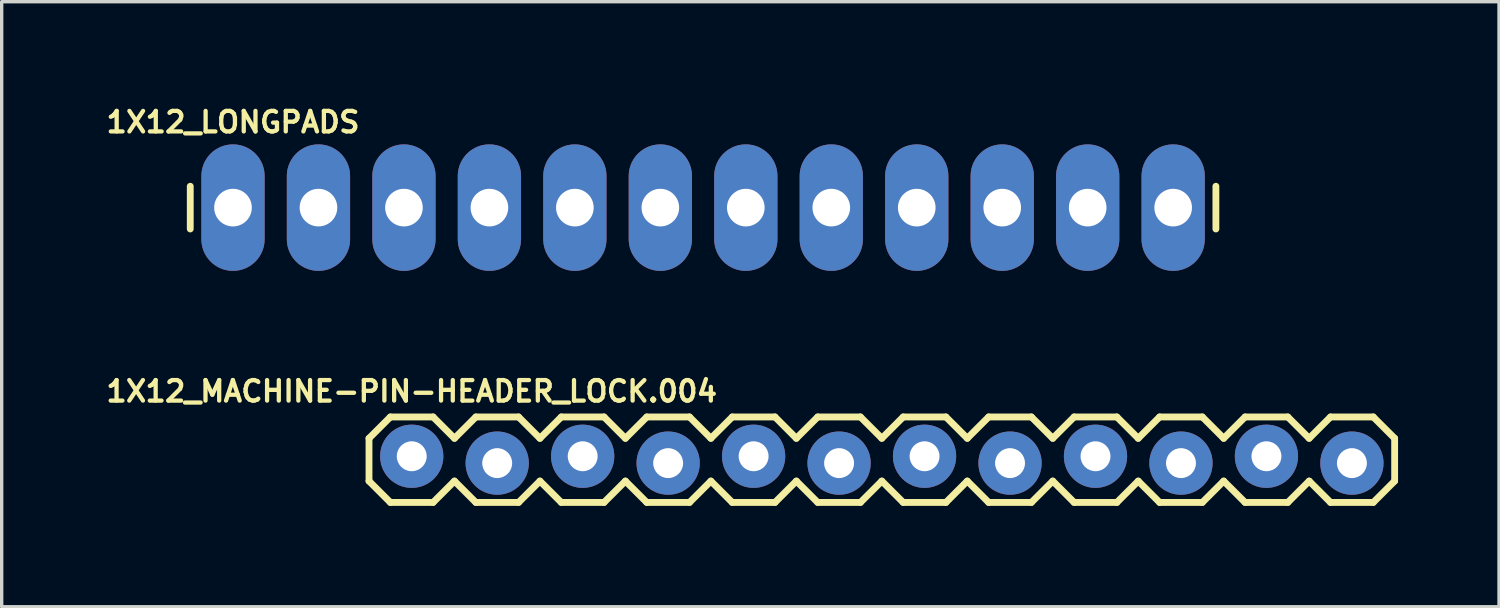
<source format=kicad_pcb>
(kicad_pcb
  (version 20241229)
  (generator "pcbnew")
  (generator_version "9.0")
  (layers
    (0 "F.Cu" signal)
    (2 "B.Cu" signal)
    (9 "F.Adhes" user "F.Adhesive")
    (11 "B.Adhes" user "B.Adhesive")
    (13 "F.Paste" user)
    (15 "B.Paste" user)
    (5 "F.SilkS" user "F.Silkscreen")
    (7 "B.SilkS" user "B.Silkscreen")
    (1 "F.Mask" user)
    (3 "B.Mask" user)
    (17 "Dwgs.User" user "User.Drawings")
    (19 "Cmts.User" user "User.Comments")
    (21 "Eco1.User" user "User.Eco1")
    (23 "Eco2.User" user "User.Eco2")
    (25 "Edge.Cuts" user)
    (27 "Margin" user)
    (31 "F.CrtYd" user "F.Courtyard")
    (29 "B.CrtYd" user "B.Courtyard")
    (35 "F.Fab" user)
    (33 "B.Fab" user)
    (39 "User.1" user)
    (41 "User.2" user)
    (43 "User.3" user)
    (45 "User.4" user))
  (footprint "1X12_LONGPADS"
    (layer "F.Cu")
    (at 3.874 3.12)
    (property "Reference" "1X12_LONGPADS" (at 0 -2.54 0) (layer "F.SilkS") (effects (font (size 0.61 0.61) (thickness 0.127))))
    (attr exclude_from_pos_files exclude_from_bom)
    (fp_line (start -1.27 -0.635) (end -1.27 0.635) (stroke (width 0.203) (type solid)) (layer "F.SilkS"))
    (fp_line (start 29.21 -0.635) (end 29.21 0.635) (stroke (width 0.203) (type solid)) (layer "F.SilkS"))
    (pad "1" thru_hole oval (at 0 0 180) (size 1.88 3.759) (drill 1.118) (layers "*.Cu" "*.Paste" "*.Mask"))
    (pad "2" thru_hole oval (at 2.54 0 180) (size 1.88 3.759) (drill 1.118) (layers "*.Cu" "*.Paste" "*.Mask"))
    (pad "3" thru_hole oval (at 5.08 0 180) (size 1.88 3.759) (drill 1.118) (layers "*.Cu" "*.Paste" "*.Mask"))
    (pad "4" thru_hole oval (at 7.62 0 180) (size 1.88 3.759) (drill 1.118) (layers "*.Cu" "*.Paste" "*.Mask"))
    (pad "5" thru_hole oval (at 10.16 0 180) (size 1.88 3.759) (drill 1.118) (layers "*.Cu" "*.Paste" "*.Mask"))
    (pad "6" thru_hole oval (at 12.7 0 180) (size 1.88 3.759) (drill 1.118) (layers "*.Cu" "*.Paste" "*.Mask"))
    (pad "7" thru_hole oval (at 15.24 0 180) (size 1.88 3.759) (drill 1.118) (layers "*.Cu" "*.Paste" "*.Mask"))
    (pad "8" thru_hole oval (at 17.78 0 180) (size 1.88 3.759) (drill 1.118) (layers "*.Cu" "*.Paste" "*.Mask"))
    (pad "9" thru_hole oval (at 20.32 0 180) (size 1.88 3.759) (drill 1.118) (layers "*.Cu" "*.Paste" "*.Mask"))
    (pad "10" thru_hole oval (at 22.86 0 180) (size 1.88 3.759) (drill 1.118) (layers "*.Cu" "*.Paste" "*.Mask"))
    (pad "11" thru_hole oval (at 25.4 0 180) (size 1.88 3.759) (drill 1.118) (layers "*.Cu" "*.Paste" "*.Mask"))
    (pad "12" thru_hole oval (at 27.94 0 180) (size 1.88 3.759) (drill 1.118) (layers "*.Cu" "*.Paste" "*.Mask")))
  (footprint "1X12_MACHINE-PIN-HEADER_LOCK.004"
    (layer "F.Cu")
    (at 9.186 10.611)
    (property "Reference" "1X12_MACHINE-PIN-HEADER_LOCK.004" (at 0 -2.032 0) (layer "F.SilkS") (effects (font (size 0.61 0.61) (thickness 0.127))))
    (attr exclude_from_pos_files exclude_from_bom)
    (fp_line (start -1.27 -0.635) (end -1.27 0.635) (stroke (width 0.203) (type solid)) (layer "F.SilkS"))
    (fp_line (start -1.27 0.635) (end -0.635 1.27) (stroke (width 0.203) (type solid)) (layer "F.SilkS"))
    (fp_line (start -0.635 -1.27) (end -1.27 -0.635) (stroke (width 0.203) (type solid)) (layer "F.SilkS"))
    (fp_line (start -0.635 -1.27) (end 0.635 -1.27) (stroke (width 0.203) (type solid)) (layer "F.SilkS"))
    (fp_line (start 0.635 -1.27) (end 1.27 -0.635) (stroke (width 0.203) (type solid)) (layer "F.SilkS"))
    (fp_line (start 0.635 1.27) (end -0.635 1.27) (stroke (width 0.203) (type solid)) (layer "F.SilkS"))
    (fp_line (start 1.27 -0.635) (end 1.905 -1.27) (stroke (width 0.203) (type solid)) (layer "F.SilkS"))
    (fp_line (start 1.27 0.635) (end 0.635 1.27) (stroke (width 0.203) (type solid)) (layer "F.SilkS"))
    (fp_line (start 1.905 -1.27) (end 3.175 -1.27) (stroke (width 0.203) (type solid)) (layer "F.SilkS"))
    (fp_line (start 1.905 1.27) (end 1.27 0.635) (stroke (width 0.203) (type solid)) (layer "F.SilkS"))
    (fp_line (start 3.175 -1.27) (end 3.81 -0.635) (stroke (width 0.203) (type solid)) (layer "F.SilkS"))
    (fp_line (start 3.175 1.27) (end 1.905 1.27) (stroke (width 0.203) (type solid)) (layer "F.SilkS"))
    (fp_line (start 3.81 -0.635) (end 4.445 -1.27) (stroke (width 0.203) (type solid)) (layer "F.SilkS"))
    (fp_line (start 3.81 0.635) (end 3.175 1.27) (stroke (width 0.203) (type solid)) (layer "F.SilkS"))
    (fp_line (start 4.445 -1.27) (end 5.715 -1.27) (stroke (width 0.203) (type solid)) (layer "F.SilkS"))
    (fp_line (start 4.445 1.27) (end 3.81 0.635) (stroke (width 0.203) (type solid)) (layer "F.SilkS"))
    (fp_line (start 5.715 -1.27) (end 6.35 -0.635) (stroke (width 0.203) (type solid)) (layer "F.SilkS"))
    (fp_line (start 5.715 1.27) (end 4.445 1.27) (stroke (width 0.203) (type solid)) (layer "F.SilkS"))
    (fp_line (start 6.35 0.635) (end 5.715 1.27) (stroke (width 0.203) (type solid)) (layer "F.SilkS"))
    (fp_line (start 6.35 0.635) (end 6.985 1.27) (stroke (width 0.203) (type solid)) (layer "F.SilkS"))
    (fp_line (start 6.985 -1.27) (end 6.35 -0.635) (stroke (width 0.203) (type solid)) (layer "F.SilkS"))
    (fp_line (start 6.985 -1.27) (end 8.255 -1.27) (stroke (width 0.203) (type solid)) (layer "F.SilkS"))
    (fp_line (start 8.255 -1.27) (end 8.89 -0.635) (stroke (width 0.203) (type solid)) (layer "F.SilkS"))
    (fp_line (start 8.255 1.27) (end 6.985 1.27) (stroke (width 0.203) (type solid)) (layer "F.SilkS"))
    (fp_line (start 8.89 -0.635) (end 9.525 -1.27) (stroke (width 0.203) (type solid)) (layer "F.SilkS"))
    (fp_line (start 8.89 0.635) (end 8.255 1.27) (stroke (width 0.203) (type solid)) (layer "F.SilkS"))
    (fp_line (start 9.525 -1.27) (end 10.795 -1.27) (stroke (width 0.203) (type solid)) (layer "F.SilkS"))
    (fp_line (start 9.525 1.27) (end 8.89 0.635) (stroke (width 0.203) (type solid)) (layer "F.SilkS"))
    (fp_line (start 10.795 -1.27) (end 11.43 -0.635) (stroke (width 0.203) (type solid)) (layer "F.SilkS"))
    (fp_line (start 10.795 1.27) (end 9.525 1.27) (stroke (width 0.203) (type solid)) (layer "F.SilkS"))
    (fp_line (start 11.43 -0.635) (end 12.065 -1.27) (stroke (width 0.203) (type solid)) (layer "F.SilkS"))
    (fp_line (start 11.43 0.635) (end 10.795 1.27) (stroke (width 0.203) (type solid)) (layer "F.SilkS"))
    (fp_line (start 12.065 -1.27) (end 13.335 -1.27) (stroke (width 0.203) (type solid)) (layer "F.SilkS"))
    (fp_line (start 12.065 1.27) (end 11.43 0.635) (stroke (width 0.203) (type solid)) (layer "F.SilkS"))
    (fp_line (start 13.335 -1.27) (end 13.97 -0.635) (stroke (width 0.203) (type solid)) (layer "F.SilkS"))
    (fp_line (start 13.335 1.27) (end 12.065 1.27) (stroke (width 0.203) (type solid)) (layer "F.SilkS"))
    (fp_line (start 13.97 0.635) (end 13.335 1.27) (stroke (width 0.203) (type solid)) (layer "F.SilkS"))
    (fp_line (start 13.97 0.635) (end 14.605 1.27) (stroke (width 0.203) (type solid)) (layer "F.SilkS"))
    (fp_line (start 14.605 -1.27) (end 13.97 -0.635) (stroke (width 0.203) (type solid)) (layer "F.SilkS"))
    (fp_line (start 14.605 -1.27) (end 15.875 -1.27) (stroke (width 0.203) (type solid)) (layer "F.SilkS"))
    (fp_line (start 15.875 -1.27) (end 16.51 -0.635) (stroke (width 0.203) (type solid)) (layer "F.SilkS"))
    (fp_line (start 15.875 1.27) (end 14.605 1.27) (stroke (width 0.203) (type solid)) (layer "F.SilkS"))
    (fp_line (start 16.51 -0.635) (end 17.145 -1.27) (stroke (width 0.203) (type solid)) (layer "F.SilkS"))
    (fp_line (start 16.51 0.635) (end 15.875 1.27) (stroke (width 0.203) (type solid)) (layer "F.SilkS"))
    (fp_line (start 17.145 -1.27) (end 18.415 -1.27) (stroke (width 0.203) (type solid)) (layer "F.SilkS"))
    (fp_line (start 17.145 1.27) (end 16.51 0.635) (stroke (width 0.203) (type solid)) (layer "F.SilkS"))
    (fp_line (start 18.415 -1.27) (end 19.05 -0.635) (stroke (width 0.203) (type solid)) (layer "F.SilkS"))
    (fp_line (start 18.415 1.27) (end 17.145 1.27) (stroke (width 0.203) (type solid)) (layer "F.SilkS"))
    (fp_line (start 19.05 -0.635) (end 19.685 -1.27) (stroke (width 0.203) (type solid)) (layer "F.SilkS"))
    (fp_line (start 19.05 0.635) (end 18.415 1.27) (stroke (width 0.203) (type solid)) (layer "F.SilkS"))
    (fp_line (start 19.685 -1.27) (end 20.955 -1.27) (stroke (width 0.203) (type solid)) (layer "F.SilkS"))
    (fp_line (start 19.685 1.27) (end 19.05 0.635) (stroke (width 0.203) (type solid)) (layer "F.SilkS"))
    (fp_line (start 20.955 -1.27) (end 21.59 -0.635) (stroke (width 0.203) (type solid)) (layer "F.SilkS"))
    (fp_line (start 20.955 1.27) (end 19.685 1.27) (stroke (width 0.203) (type solid)) (layer "F.SilkS"))
    (fp_line (start 21.59 0.635) (end 20.955 1.27) (stroke (width 0.203) (type solid)) (layer "F.SilkS"))
    (fp_line (start 21.59 0.635) (end 22.225 1.27) (stroke (width 0.203) (type solid)) (layer "F.SilkS"))
    (fp_line (start 22.225 -1.27) (end 21.59 -0.635) (stroke (width 0.203) (type solid)) (layer "F.SilkS"))
    (fp_line (start 22.225 -1.27) (end 23.495 -1.27) (stroke (width 0.203) (type solid)) (layer "F.SilkS"))
    (fp_line (start 23.495 -1.27) (end 24.13 -0.635) (stroke (width 0.203) (type solid)) (layer "F.SilkS"))
    (fp_line (start 23.495 1.27) (end 22.225 1.27) (stroke (width 0.203) (type solid)) (layer "F.SilkS"))
    (fp_line (start 24.13 -0.635) (end 24.765 -1.27) (stroke (width 0.203) (type solid)) (layer "F.SilkS"))
    (fp_line (start 24.13 0.635) (end 23.495 1.27) (stroke (width 0.203) (type solid)) (layer "F.SilkS"))
    (fp_line (start 24.765 -1.27) (end 26.035 -1.27) (stroke (width 0.203) (type solid)) (layer "F.SilkS"))
    (fp_line (start 24.765 1.27) (end 24.13 0.635) (stroke (width 0.203) (type solid)) (layer "F.SilkS"))
    (fp_line (start 26.035 -1.27) (end 26.67 -0.635) (stroke (width 0.203) (type solid)) (layer "F.SilkS"))
    (fp_line (start 26.035 1.27) (end 24.765 1.27) (stroke (width 0.203) (type solid)) (layer "F.SilkS"))
    (fp_line (start 26.67 -0.635) (end 27.305 -1.27) (stroke (width 0.203) (type solid)) (layer "F.SilkS"))
    (fp_line (start 26.67 0.635) (end 26.035 1.27) (stroke (width 0.203) (type solid)) (layer "F.SilkS"))
    (fp_line (start 27.305 -1.27) (end 28.575 -1.27) (stroke (width 0.203) (type solid)) (layer "F.SilkS"))
    (fp_line (start 27.305 1.27) (end 26.67 0.635) (stroke (width 0.203) (type solid)) (layer "F.SilkS"))
    (fp_line (start 28.575 -1.27) (end 29.21 -0.635) (stroke (width 0.203) (type solid)) (layer "F.SilkS"))
    (fp_line (start 28.575 1.27) (end 27.305 1.27) (stroke (width 0.203) (type solid)) (layer "F.SilkS"))
    (fp_line (start 29.21 -0.635) (end 29.21 0.635) (stroke (width 0.203) (type solid)) (layer "F.SilkS"))
    (fp_line (start 29.21 0.635) (end 28.575 1.27) (stroke (width 0.203) (type solid)) (layer "F.SilkS"))
    (pad "1" thru_hole circle (at 0 -0.102) (size 1.88 1.88) (drill 0.889) (layers "*.Cu" "*.Paste" "*.Mask"))
    (pad "2" thru_hole circle (at 2.54 0.102) (size 1.88 1.88) (drill 0.889) (layers "*.Cu" "*.Paste" "*.Mask"))
    (pad "3" thru_hole circle (at 5.08 -0.102) (size 1.88 1.88) (drill 0.889) (layers "*.Cu" "*.Paste" "*.Mask"))
    (pad "4" thru_hole circle (at 7.62 0.102) (size 1.88 1.88) (drill 0.889) (layers "*.Cu" "*.Paste" "*.Mask"))
    (pad "5" thru_hole circle (at 10.16 -0.102) (size 1.88 1.88) (drill 0.889) (layers "*.Cu" "*.Paste" "*.Mask"))
    (pad "6" thru_hole circle (at 12.7 0.102) (size 1.88 1.88) (drill 0.889) (layers "*.Cu" "*.Paste" "*.Mask"))
    (pad "7" thru_hole circle (at 15.24 -0.102) (size 1.88 1.88) (drill 0.889) (layers "*.Cu" "*.Paste" "*.Mask"))
    (pad "8" thru_hole circle (at 17.78 0.102) (size 1.88 1.88) (drill 0.889) (layers "*.Cu" "*.Paste" "*.Mask"))
    (pad "9" thru_hole circle (at 20.32 -0.102) (size 1.88 1.88) (drill 0.889) (layers "*.Cu" "*.Paste" "*.Mask"))
    (pad "10" thru_hole circle (at 22.86 0.102) (size 1.88 1.88) (drill 0.889) (layers "*.Cu" "*.Paste" "*.Mask"))
    (pad "11" thru_hole circle (at 25.4 -0.102) (size 1.88 1.88) (drill 0.889) (layers "*.Cu" "*.Paste" "*.Mask"))
    (pad "12" thru_hole circle (at 27.94 0.102) (size 1.88 1.88) (drill 0.889) (layers "*.Cu" "*.Paste" "*.Mask")))
  (gr_rect
    (start -3 -3)
    (end 41.498 14.982)
    (stroke (width 0.1) (type default))
    (fill no)
    (layer "Edge.Cuts")))
</source>
